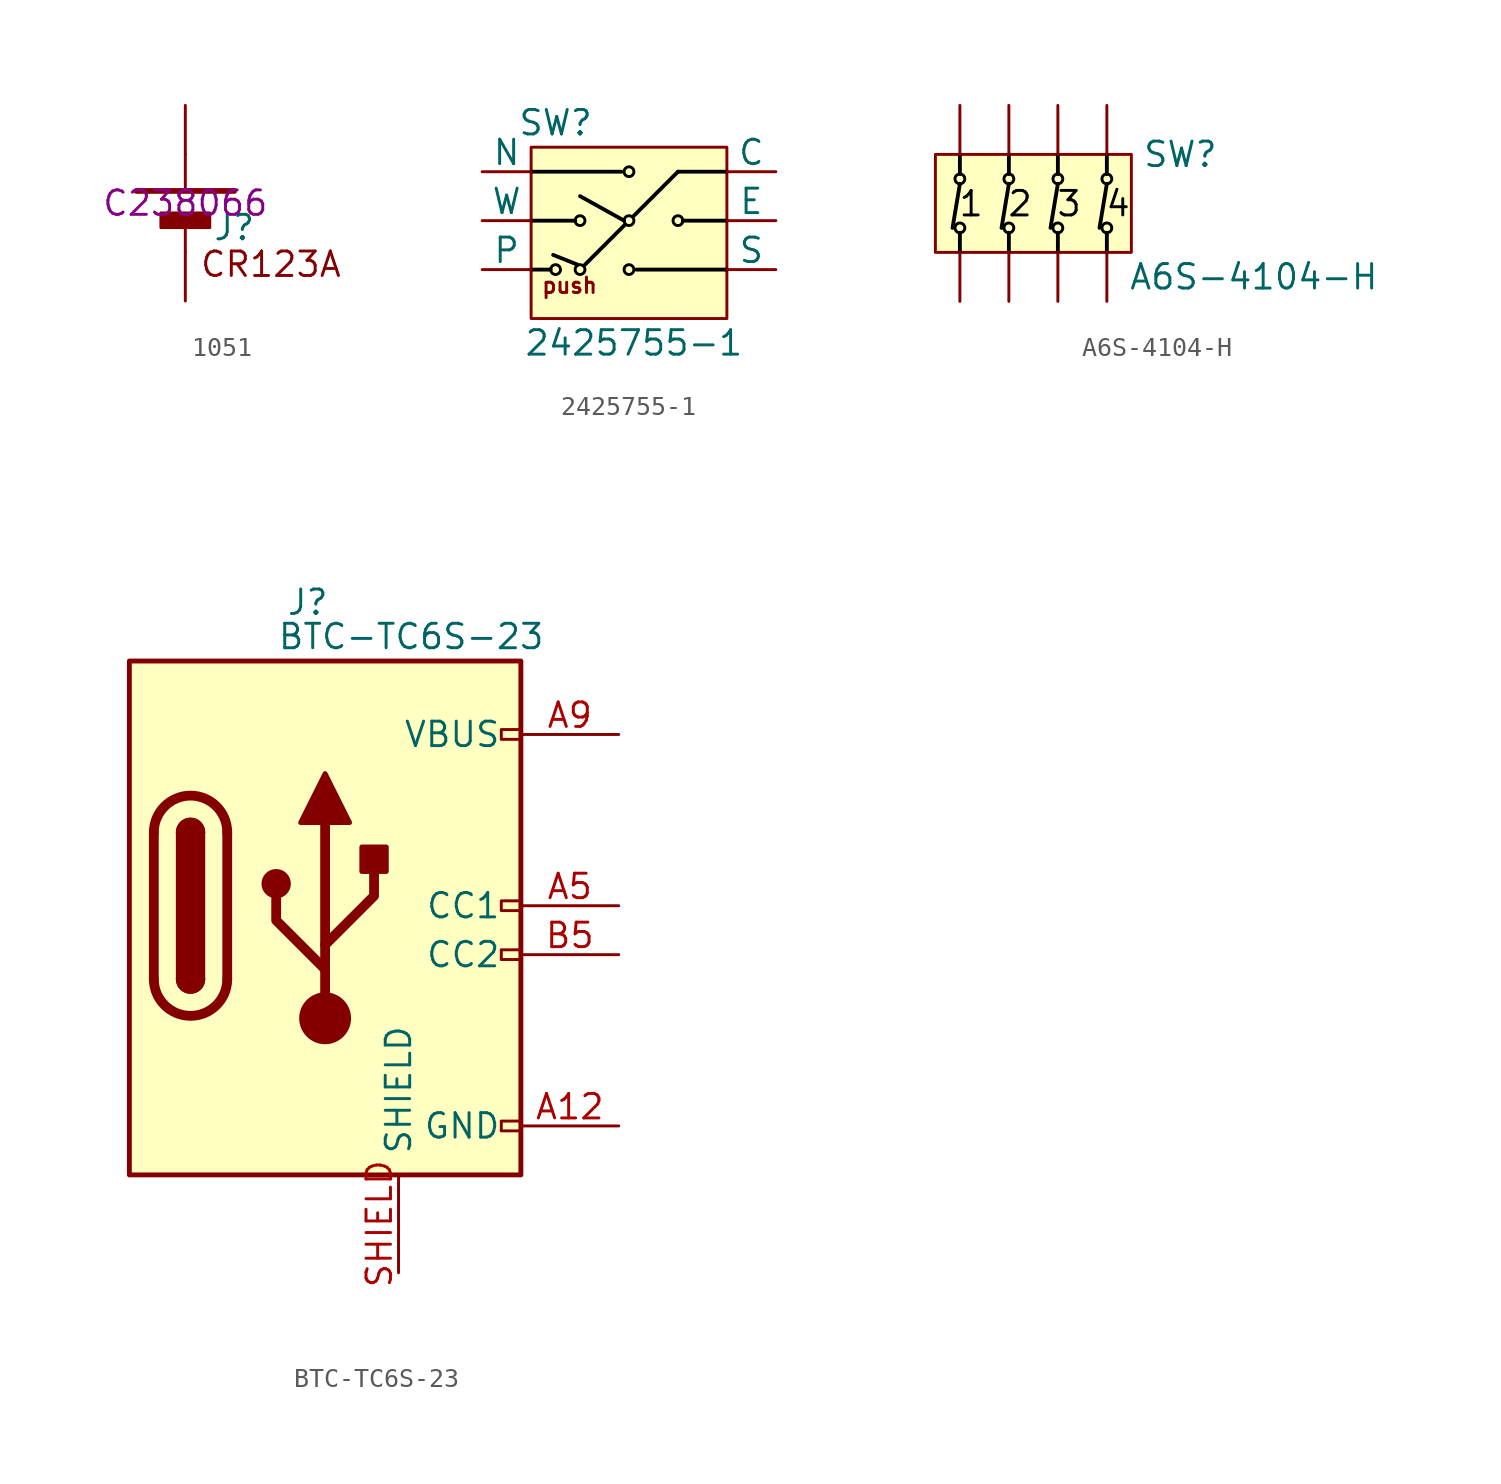
<source format=kicad_sym>
(kicad_symbol_lib
  (version 20231120)
  (generator "kicad_symbol_editor")
  (generator_version "8.0")
  (symbol "1051"
    (pin_numbers hide)
    (pin_names hide)
    (property "Reference" "J"
      (at 2.54 -1.27 0)
      (effects (font (size 1.27 1.27))))
    (property "Value" ""
      (at 0 0 0)
      (effects (font (size 1.27 1.27))))
    (property "JLCPCB Part #" "C238066"
      (at 0 0 0)
      (effects (font (size 1.27 1.27))))
    (symbol "1051_1_1"
      (rectangle (start -1.27 -0.508) (end 1.27 -1.27) (stroke (width 0) (type default)) (fill (type outline)))
      (polyline (pts (xy 0 -2.54) (xy 0 -1.27)) (stroke (width 0) (type default)) (fill (type none)))
      (polyline (pts (xy 0 2.54) (xy 0 0.635)) (stroke (width 0) (type default)) (fill (type none)))
      (polyline (pts (xy 2.54 0.635) (xy -2.54 0.635)) (stroke (width 0.3) (type default)) (fill (type none)))
      (text "CR123A" (at 4.445 -3.175 0) (effects (font (size 1.27 1.27))))
      (pin power_out line (at 0 5.08 270) (length 2.54) (name "+" (effects (font (size 1.27 1.27)))) (number "+" (effects (font (size 1.27 1.27)))))
      (pin input line (at 0 -5.08 90) (length 2.54) (name "-" (effects (font (size 1.27 1.27)))) (number "-" (effects (font (size 1.27 1.27)))))))
  (symbol "2425755-1"
    (pin_numbers hide)
    (pin_names
      (offset 0))
    (property "Reference" "SW"
      (at -8.89 10.16 0)
      (effects (font (size 1.27 1.27))))
    (property "Value" "2425755-1"
      (at -4.826 -1.27 0)
      (effects (font (size 1.27 1.27))))
    (symbol "2425755-1_1_1"
      (rectangle (start -10.16 8.89) (end 0 0) (stroke (width 0) (type default)) (fill (type background)))
      (circle (center -8.89 2.54) (radius 0.254) (stroke (width 0) (type default) (color 0 0 0 1)) (fill (type none)))
      (circle (center -7.62 2.54) (radius 0.254) (stroke (width 0) (type default) (color 0 0 0 1)) (fill (type none)))
      (circle (center -7.62 5.08) (radius 0.254) (stroke (width 0) (type default) (color 0 0 0 1)) (fill (type none)))
      (circle (center -5.08 2.54) (radius 0.254) (stroke (width 0) (type default) (color 0 0 0 1)) (fill (type none)))
      (circle (center -5.08 5.08) (radius 0.254) (stroke (width 0) (type default) (color 0 0 0 1)) (fill (type none)))
      (circle (center -5.08 7.62) (radius 0.254) (stroke (width 0) (type default) (color 0 0 0 1)) (fill (type none)))
      (circle (center -2.54 5.08) (radius 0.254) (stroke (width 0) (type default) (color 0 0 0 1)) (fill (type none)))
      (polyline (pts (xy -10.16 2.54) (xy -9.144 2.54)) (stroke (width 0.2) (type default) (color 0 0 0 1)) (fill (type none)))
      (polyline (pts (xy -10.16 5.08) (xy -7.874 5.08)) (stroke (width 0.2) (type default) (color 0 0 0 1)) (fill (type none)))
      (polyline (pts (xy -10.16 7.62) (xy -5.461 7.62)) (stroke (width 0.2) (type default) (color 0 0 0 1)) (fill (type none)))
      (polyline (pts (xy -7.747 2.794) (xy -9.017 3.302)) (stroke (width 0.2) (type default) (color 0 0 0 1)) (fill (type none)))
      (polyline (pts (xy -7.366 2.794) (xy -5.334 4.826)) (stroke (width 0.2) (type default) (color 0 0 0 1)) (fill (type none)))
      (polyline (pts (xy -5.334 5.08) (xy -7.62 6.35)) (stroke (width 0.2) (type default) (color 0 0 0 1)) (fill (type none)))
      (polyline (pts (xy -4.826 5.334) (xy -2.54 7.62)) (stroke (width 0.2) (type default) (color 0 0 0 1)) (fill (type none)))
      (polyline (pts (xy -4.699 2.54) (xy 0 2.54)) (stroke (width 0.2) (type default) (color 0 0 0 1)) (fill (type none)))
      (polyline (pts (xy -2.54 7.62) (xy 0 7.62)) (stroke (width 0.2) (type default) (color 0 0 0 1)) (fill (type none)))
      (polyline (pts (xy -2.286 5.08) (xy 0 5.08)) (stroke (width 0.2) (type default) (color 0 0 0 1)) (fill (type none)))
      (text "push" (at -8.163 1.713 0) (effects (font (size 0.8 0.8))))
      (pin passive line (at -12.7 7.62 0) (length 2.54) (name "N" (effects (font (size 1.27 1.27)))) (number "1" (effects (font (size 1.27 1.27)))))
      (pin passive line (at -12.7 2.54 0) (length 2.54) (name "P" (effects (font (size 1.27 1.27)))) (number "2" (effects (font (size 1.27 1.27)))))
      (pin passive line (at -12.7 5.08 0) (length 2.54) (name "W" (effects (font (size 1.27 1.27)))) (number "3" (effects (font (size 1.27 1.27)))))
      (pin passive line (at 2.54 5.08 180) (length 2.54) (name "E" (effects (font (size 1.27 1.27)))) (number "4" (effects (font (size 1.27 1.27)))))
      (pin passive line (at 2.54 7.62 180) (length 2.54) (name "C" (effects (font (size 1.27 1.27)))) (number "5" (effects (font (size 1.27 1.27)))))
      (pin passive line (at 2.54 2.54 180) (length 2.54) (name "S" (effects (font (size 1.27 1.27)))) (number "6" (effects (font (size 1.27 1.27)))))))
  (symbol "A6S-4104-H"
    (pin_numbers hide)
    (pin_names
      (offset 0) hide)
    (property "Reference" "SW"
      (at 8.89 2.54 0)
      (effects (font (size 1.27 1.27))))
    (property "Value" "A6S-4104-H"
      (at 12.7 -3.81 0)
      (effects (font (size 1.27 1.27))))
    (symbol "A6S-4104-H_1_1"
      (rectangle (start -3.81 2.54) (end 6.35 -2.54) (stroke (width 0) (type default)) (fill (type background)))
      (circle (center -2.54 -1.27) (radius 0.254) (stroke (width 0) (type default) (color 0 0 0 1)) (fill (type none)))
      (circle (center -2.54 1.27) (radius 0.254) (stroke (width 0) (type default) (color 0 0 0 1)) (fill (type none)))
      (circle (center 0 -1.27) (radius 0.254) (stroke (width 0) (type default) (color 0 0 0 1)) (fill (type none)))
      (polyline (pts (xy -2.54 -2.54) (xy -2.54 -1.524)) (stroke (width 0.2) (type default) (color 0 0 0 1)) (fill (type none)))
      (polyline (pts (xy -2.54 1.016) (xy -2.921 -1.27)) (stroke (width 0.2) (type default) (color 0 0 0 1)) (fill (type none)))
      (polyline (pts (xy -2.54 1.524) (xy -2.54 2.54)) (stroke (width 0.2) (type default) (color 0 0 0 1)) (fill (type none)))
      (polyline (pts (xy 0 -2.54) (xy 0 -1.524)) (stroke (width 0.2) (type default) (color 0 0 0 1)) (fill (type none)))
      (polyline (pts (xy 0 1.016) (xy -0.381 -1.27)) (stroke (width 0.2) (type default) (color 0 0 0 1)) (fill (type none)))
      (polyline (pts (xy 0 1.524) (xy 0 2.54)) (stroke (width 0.2) (type default) (color 0 0 0 1)) (fill (type none)))
      (polyline (pts (xy 2.54 -2.54) (xy 2.54 -1.524)) (stroke (width 0.2) (type default) (color 0 0 0 1)) (fill (type none)))
      (polyline (pts (xy 2.54 1.016) (xy 2.159 -1.27)) (stroke (width 0.2) (type default) (color 0 0 0 1)) (fill (type none)))
      (polyline (pts (xy 2.54 1.524) (xy 2.54 2.54)) (stroke (width 0.2) (type default) (color 0 0 0 1)) (fill (type none)))
      (polyline (pts (xy 5.08 -2.54) (xy 5.08 -1.524)) (stroke (width 0.2) (type default) (color 0 0 0 1)) (fill (type none)))
      (polyline (pts (xy 5.08 1.016) (xy 4.699 -1.27)) (stroke (width 0.2) (type default) (color 0 0 0 1)) (fill (type none)))
      (polyline (pts (xy 5.08 1.524) (xy 5.08 2.54)) (stroke (width 0.2) (type default) (color 0 0 0 1)) (fill (type none)))
      (circle (center 0 1.27) (radius 0.254) (stroke (width 0) (type default) (color 0 0 0 1)) (fill (type none)))
      (circle (center 2.54 -1.27) (radius 0.254) (stroke (width 0) (type default) (color 0 0 0 1)) (fill (type none)))
      (circle (center 2.54 1.27) (radius 0.254) (stroke (width 0) (type default) (color 0 0 0 1)) (fill (type none)))
      (circle (center 5.08 -1.27) (radius 0.254) (stroke (width 0) (type default) (color 0 0 0 1)) (fill (type none)))
      (circle (center 5.08 1.27) (radius 0.254) (stroke (width 0) (type default) (color 0 0 0 1)) (fill (type none)))
      (text "1" (at -1.957 -0.018 0) (effects (font (size 1.27 1.27) (color 0 0 0 1))))
      (text "2" (at 0.583 -0.018 0) (effects (font (size 1.27 1.27) (color 0 0 0 1))))
      (text "3" (at 3.123 -0.018 0) (effects (font (size 1.27 1.27) (color 0 0 0 1))))
      (text "4" (at 5.663 -0.018 0) (effects (font (size 1.27 1.27) (color 0 0 0 1))))
      (pin passive line (at -2.54 -5.08 90) (length 2.54) (name "1" (effects (font (size 1.27 1.27)))) (number "" (effects (font (size 1.27 1.27)))))
      (pin passive line (at 0 -5.08 90) (length 2.54) (name "2" (effects (font (size 1.27 1.27)))) (number "" (effects (font (size 1.27 1.27)))))
      (pin passive line (at 2.54 -5.08 90) (length 2.54) (name "3" (effects (font (size 1.27 1.27)))) (number "" (effects (font (size 1.27 1.27)))))
      (pin passive line (at 5.08 -5.08 90) (length 2.54) (name "4" (effects (font (size 1.27 1.27)))) (number "" (effects (font (size 1.27 1.27)))))
      (pin passive line (at 5.08 5.08 270) (length 2.54) (name "5" (effects (font (size 1.27 1.27)))) (number "" (effects (font (size 1.27 1.27)))))
      (pin passive line (at 2.54 5.08 270) (length 2.54) (name "6" (effects (font (size 1.27 1.27)))) (number "" (effects (font (size 1.27 1.27)))))
      (pin passive line (at 0 5.08 270) (length 2.54) (name "7" (effects (font (size 1.27 1.27)))) (number "" (effects (font (size 1.27 1.27)))))
      (pin passive line (at -2.54 5.08 270) (length 2.54) (name "8" (effects (font (size 1.27 1.27)))) (number "" (effects (font (size 1.27 1.27)))))))
  (symbol "BTC-TC6S-23"
    (pin_names
      (offset 1.016))
    (property "Reference" "J"
      (at -2.032 15.748 0)
      (effects (font (size 1.27 1.27)) (justify left)))
    (property "Value" "BTC-TC6S-23"
      (at 11.43 13.97 0)
      (effects (font (size 1.27 1.27)) (justify right)))
    (symbol "BTC-TC6S-23_0_0"
      (rectangle (start 10.16 -11.176) (end 9.144 -11.684) (stroke (width 0) (type default)) (fill (type none)))
      (rectangle (start 10.16 -2.286) (end 9.144 -2.794) (stroke (width 0) (type default)) (fill (type none)))
      (rectangle (start 10.16 0.254) (end 9.144 -0.254) (stroke (width 0) (type default)) (fill (type none)))
      (rectangle (start 10.16 9.144) (end 9.144 8.636) (stroke (width 0) (type default)) (fill (type none))))
    (symbol "BTC-TC6S-23_0_1"
      (rectangle (start -10.16 12.7) (end 10.16 -13.97) (stroke (width 0.254) (type default)) (fill (type background)))
      (arc (start -8.89 -3.81) (mid -6.985 -5.7067) (end -5.08 -3.81) (stroke (width 0.508) (type default)) (fill (type none)))
      (arc (start -7.62 -3.81) (mid -6.985 -4.4423) (end -6.35 -3.81) (stroke (width 0.254) (type default)) (fill (type none)))
      (arc (start -7.62 -3.81) (mid -6.985 -4.4423) (end -6.35 -3.81) (stroke (width 0.254) (type default)) (fill (type outline)))
      (rectangle (start -7.62 -3.81) (end -6.35 3.81) (stroke (width 0.254) (type default)) (fill (type outline)))
      (arc (start -6.35 3.81) (mid -6.985 4.4423) (end -7.62 3.81) (stroke (width 0.254) (type default)) (fill (type none)))
      (arc (start -6.35 3.81) (mid -6.985 4.4423) (end -7.62 3.81) (stroke (width 0.254) (type default)) (fill (type outline)))
      (arc (start -5.08 3.81) (mid -6.985 5.7067) (end -8.89 3.81) (stroke (width 0.508) (type default)) (fill (type none)))
      (circle (center -2.54 1.143) (radius 0.635) (stroke (width 0.254) (type default)) (fill (type outline)))
      (circle (center 0 -5.842) (radius 1.27) (stroke (width 0) (type default)) (fill (type outline)))
      (polyline (pts (xy -8.89 -3.81) (xy -8.89 3.81)) (stroke (width 0.508) (type default)) (fill (type none)))
      (polyline (pts (xy -5.08 3.81) (xy -5.08 -3.81)) (stroke (width 0.508) (type default)) (fill (type none)))
      (polyline (pts (xy 0 -5.842) (xy 0 4.318)) (stroke (width 0.508) (type default)) (fill (type none)))
      (polyline (pts (xy 0 -3.302) (xy -2.54 -0.762) (xy -2.54 0.508)) (stroke (width 0.508) (type default)) (fill (type none)))
      (polyline (pts (xy 0 -2.032) (xy 2.54 0.508) (xy 2.54 1.778)) (stroke (width 0.508) (type default)) (fill (type none)))
      (polyline (pts (xy -1.27 4.318) (xy 0 6.858) (xy 1.27 4.318) (xy -1.27 4.318)) (stroke (width 0.254) (type default)) (fill (type outline)))
      (rectangle (start 1.905 1.778) (end 3.175 3.048) (stroke (width 0.254) (type default)) (fill (type outline))))
    (symbol "BTC-TC6S-23_1_1"
      (pin passive line (at 15.24 -11.43 180) (length 5.08) (name "GND" (effects (font (size 1.27 1.27)))) (number "A12" (effects (font (size 1.27 1.27)))))
      (pin bidirectional line (at 15.24 0 180) (length 5.08) (name "CC1" (effects (font (size 1.27 1.27)))) (number "A5" (effects (font (size 1.27 1.27)))))
      (pin passive line (at 15.24 8.89 180) (length 5.08) (name "VBUS" (effects (font (size 1.27 1.27)))) (number "A9" (effects (font (size 1.27 1.27)))))
      (pin passive line (at 15.24 -11.43 180) (length 5.08) hide (name "GND" (effects (font (size 1.27 1.27)))) (number "B12" (effects (font (size 1.27 1.27)))))
      (pin bidirectional line (at 15.24 -2.54 180) (length 5.08) (name "CC2" (effects (font (size 1.27 1.27)))) (number "B5" (effects (font (size 1.27 1.27)))))
      (pin passive line (at 15.24 8.89 180) (length 5.08) hide (name "VBUS" (effects (font (size 1.27 1.27)))) (number "B9" (effects (font (size 1.27 1.27)))))
      (pin passive line (at 3.81 -19.05 90) (length 5.08) (name "SHIELD" (effects (font (size 1.27 1.27)))) (number "SHIELD" (effects (font (size 1.27 1.27))))))))
</source>
